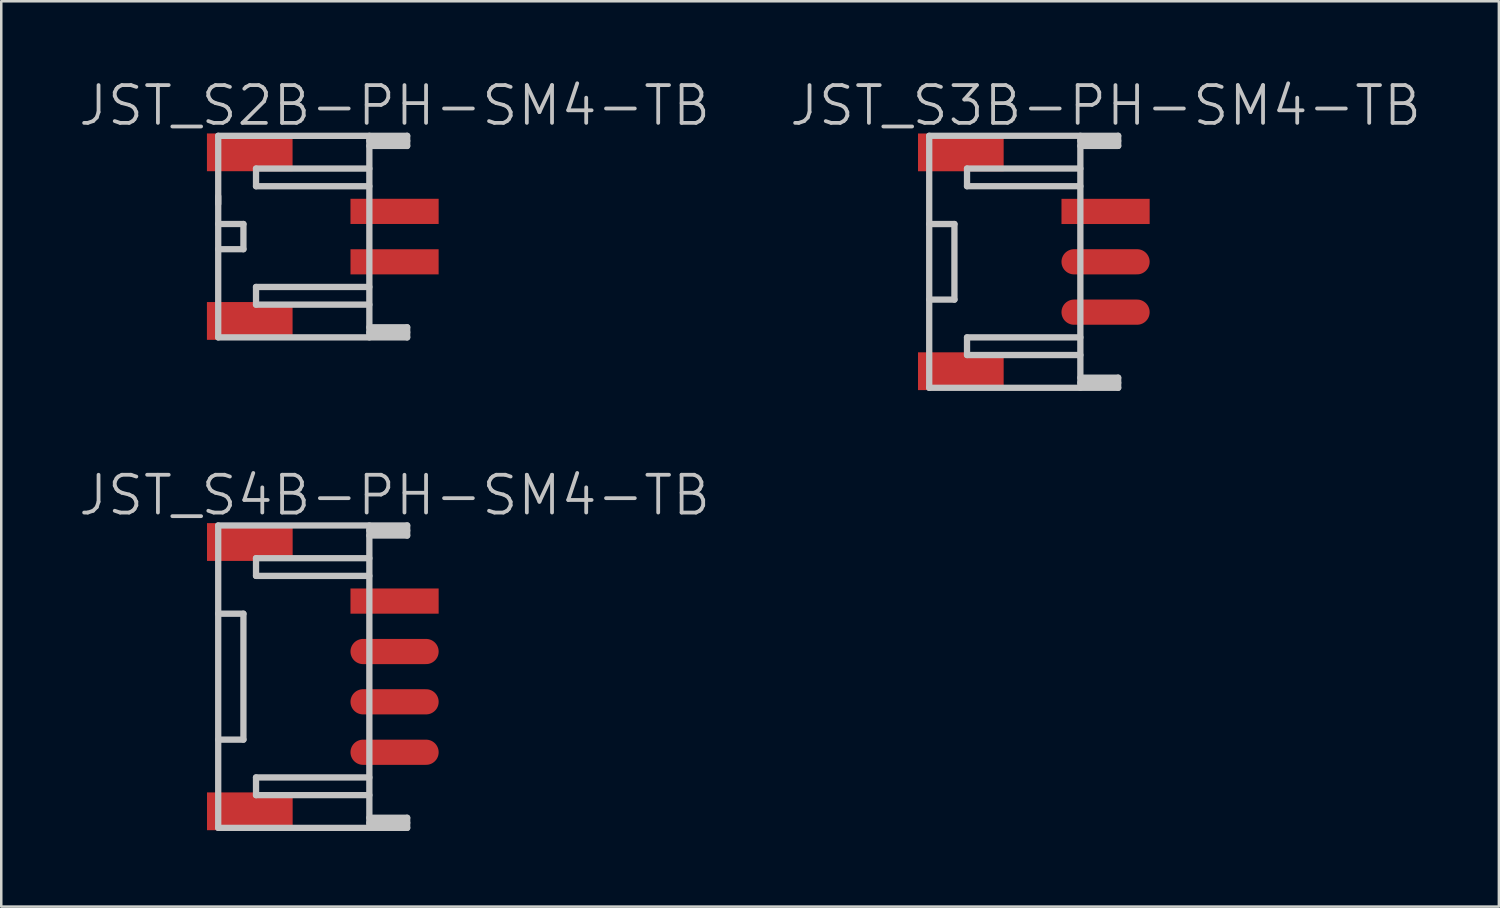
<source format=kicad_pcb>
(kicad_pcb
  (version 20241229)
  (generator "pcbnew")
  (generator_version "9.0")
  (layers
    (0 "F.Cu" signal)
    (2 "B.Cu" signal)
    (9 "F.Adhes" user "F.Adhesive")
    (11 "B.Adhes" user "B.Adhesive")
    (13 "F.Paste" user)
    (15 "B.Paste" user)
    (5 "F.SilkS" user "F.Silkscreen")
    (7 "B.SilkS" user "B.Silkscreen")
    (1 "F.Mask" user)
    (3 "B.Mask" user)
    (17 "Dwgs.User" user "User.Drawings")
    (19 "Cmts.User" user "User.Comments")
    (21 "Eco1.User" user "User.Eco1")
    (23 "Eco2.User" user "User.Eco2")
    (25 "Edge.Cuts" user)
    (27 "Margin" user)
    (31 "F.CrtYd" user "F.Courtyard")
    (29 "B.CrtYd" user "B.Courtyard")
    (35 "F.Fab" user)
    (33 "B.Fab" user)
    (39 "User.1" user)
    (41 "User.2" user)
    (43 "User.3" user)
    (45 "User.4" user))
  (footprint "JST_S2B-PH-SM4-TB"
    (layer "F.Cu")
    (at 12.611 6.341)
    (property "Reference" "JST_S2B-PH-SM4-TB" (at 0 -5.2 180) (layer "Dwgs.User") (effects (font (size 1.5 1.5) (thickness 0.15))))
    (attr smd)
    (fp_line (start -7 -4) (end -7 4) (stroke (width 0.25) (type solid)) (layer "Dwgs.User"))
    (fp_line (start -7 -4) (end 0.5 -4) (stroke (width 0.25) (type solid)) (layer "Dwgs.User"))
    (fp_line (start -7 -1.3) (end -7 -1.6) (stroke (width 0.25) (type solid)) (layer "Dwgs.User"))
    (fp_line (start -7 -0.5) (end -5.999 -0.5) (stroke (width 0.25) (type solid)) (layer "Dwgs.User"))
    (fp_line (start -5.999 -0.5) (end -5.999 0.5) (stroke (width 0.25) (type solid)) (layer "Dwgs.User"))
    (fp_line (start -5.999 0.5) (end -7 0.5) (stroke (width 0.25) (type solid)) (layer "Dwgs.User"))
    (fp_line (start -5.499 -2.7) (end -1.001 -2.7) (stroke (width 0.25) (type solid)) (layer "Dwgs.User"))
    (fp_line (start -5.499 -1.999) (end -5.499 -2.7) (stroke (width 0.25) (type solid)) (layer "Dwgs.User"))
    (fp_line (start -5.499 1.999) (end -5.499 2.7) (stroke (width 0.25) (type solid)) (layer "Dwgs.User"))
    (fp_line (start -5.499 2.7) (end -1.001 2.7) (stroke (width 0.25) (type solid)) (layer "Dwgs.User"))
    (fp_line (start -1.001 -3.599) (end 0.5 -3.599) (stroke (width 0.25) (type solid)) (layer "Dwgs.User"))
    (fp_line (start -1.001 -1.999) (end -5.499 -1.999) (stroke (width 0.25) (type solid)) (layer "Dwgs.User"))
    (fp_line (start -1.001 1.999) (end -5.499 1.999) (stroke (width 0.25) (type solid)) (layer "Dwgs.User"))
    (fp_line (start -1.001 3.8) (end 0.5 3.8) (stroke (width 0.25) (type solid)) (layer "Dwgs.User"))
    (fp_line (start -1.001 4) (end -1.001 -4) (stroke (width 0.25) (type solid)) (layer "Dwgs.User"))
    (fp_line (start 0.5 -3.8) (end -1.001 -3.8) (stroke (width 0.25) (type solid)) (layer "Dwgs.User"))
    (fp_line (start 0.5 -3.599) (end 0.5 -4) (stroke (width 0.25) (type solid)) (layer "Dwgs.User"))
    (fp_line (start 0.5 3.599) (end -1.001 3.599) (stroke (width 0.25) (type solid)) (layer "Dwgs.User"))
    (fp_line (start 0.5 4) (end -7 4) (stroke (width 0.25) (type solid)) (layer "Dwgs.User"))
    (fp_line (start 0.5 4) (end 0.5 3.599) (stroke (width 0.25) (type solid)) (layer "Dwgs.User"))
    (pad "" smd rect (at -5.748 -3.345 270) (size 1.499 3.399) (layers "F.Cu" "F.Mask" "F.Paste"))
    (pad "" smd rect (at -5.748 3.348 270) (size 1.5 3.4) (layers "F.Cu" "F.Mask" "F.Paste"))
    (pad "1" smd rect (at 0 -1.001 270) (size 1 3.5) (layers "F.Cu" "F.Mask" "F.Paste"))
    (pad "2" smd rect (at 0 1.001 270) (size 0.998 3.498) (layers "F.Cu" "F.Mask" "F.Paste")))
  (footprint "JST_S3B-PH-SM4-TB"
    (layer "F.Cu")
    (at 40.832 7.341)
    (property "Reference" "JST_S3B-PH-SM4-TB" (at 0 -6.2 180) (layer "Dwgs.User") (effects (font (size 1.5 1.5) (thickness 0.15))))
    (attr smd)
    (fp_line (start -7 -5.001) (end -7 5.001) (stroke (width 0.25) (type solid)) (layer "Dwgs.User"))
    (fp_line (start -7 -5.001) (end 0.5 -5.001) (stroke (width 0.25) (type solid)) (layer "Dwgs.User"))
    (fp_line (start -7 -1.499) (end -5.999 -1.499) (stroke (width 0.25) (type solid)) (layer "Dwgs.User"))
    (fp_line (start -5.999 1.501) (end -6.998 1.501) (stroke (width 0.25) (type solid)) (layer "Dwgs.User"))
    (fp_line (start -5.999 1.501) (end -5.999 -1.501) (stroke (width 0.25) (type solid)) (layer "Dwgs.User"))
    (fp_line (start -5.499 -3.701) (end -1.001 -3.701) (stroke (width 0.25) (type solid)) (layer "Dwgs.User"))
    (fp_line (start -5.499 -3) (end -5.499 -3.701) (stroke (width 0.25) (type solid)) (layer "Dwgs.User"))
    (fp_line (start -5.499 3) (end -5.499 3.701) (stroke (width 0.25) (type solid)) (layer "Dwgs.User"))
    (fp_line (start -5.499 3.701) (end -1.001 3.701) (stroke (width 0.25) (type solid)) (layer "Dwgs.User"))
    (fp_line (start -1.001 -5.001) (end -1.001 5.001) (stroke (width 0.25) (type solid)) (layer "Dwgs.User"))
    (fp_line (start -1.001 -4.6) (end 0.5 -4.6) (stroke (width 0.25) (type solid)) (layer "Dwgs.User"))
    (fp_line (start -1.001 -3) (end -5.499 -3) (stroke (width 0.25) (type solid)) (layer "Dwgs.User"))
    (fp_line (start -1.001 3) (end -5.499 3) (stroke (width 0.25) (type solid)) (layer "Dwgs.User"))
    (fp_line (start -1.001 4.801) (end 0.5 4.801) (stroke (width 0.25) (type solid)) (layer "Dwgs.User"))
    (fp_line (start 0.5 -4.801) (end -1.001 -4.801) (stroke (width 0.25) (type solid)) (layer "Dwgs.User"))
    (fp_line (start 0.5 -4.6) (end 0.5 -5.001) (stroke (width 0.25) (type solid)) (layer "Dwgs.User"))
    (fp_line (start 0.5 4.6) (end -1.001 4.6) (stroke (width 0.25) (type solid)) (layer "Dwgs.User"))
    (fp_line (start 0.5 5.001) (end -7 5.001) (stroke (width 0.25) (type solid)) (layer "Dwgs.User"))
    (fp_line (start 0.5 5.001) (end 0.5 4.6) (stroke (width 0.25) (type solid)) (layer "Dwgs.User"))
    (pad "" smd rect (at -5.745 -4.343 270) (size 1.5 3.4) (layers "F.Cu" "F.Mask" "F.Paste"))
    (pad "" smd rect (at -5.745 4.343 270) (size 1.5 3.4) (layers "F.Cu" "F.Mask" "F.Paste"))
    (pad "1" smd rect (at 0 -1.999 270) (size 1 3.5) (layers "F.Cu" "F.Mask" "F.Paste"))
    (pad "2" smd oval (at 0 0 270) (size 1 3.5) (layers "F.Cu" "F.Mask" "F.Paste"))
    (pad "3" smd oval (at 0 1.999 270) (size 1 3.5) (layers "F.Cu" "F.Mask" "F.Paste")))
  (footprint "JST_S4B-PH-SM4-TB"
    (layer "F.Cu")
    (at 12.611 23.808)
    (property "Reference" "JST_S4B-PH-SM4-TB" (at 0 -7.2 180) (layer "Dwgs.User") (effects (font (size 1.5 1.5) (thickness 0.15))))
    (attr smd)
    (fp_line (start -7 -6.002) (end 0.5 -6.002) (stroke (width 0.25) (type solid)) (layer "Dwgs.User"))
    (fp_line (start -7 -2.499) (end -5.999 -2.499) (stroke (width 0.25) (type solid)) (layer "Dwgs.User"))
    (fp_line (start -7 5.999) (end -7 -5.999) (stroke (width 0.25) (type solid)) (layer "Dwgs.User"))
    (fp_line (start -5.999 2.499) (end -6.998 2.499) (stroke (width 0.25) (type solid)) (layer "Dwgs.User"))
    (fp_line (start -5.999 2.499) (end -5.999 -2.499) (stroke (width 0.25) (type solid)) (layer "Dwgs.User"))
    (fp_line (start -5.499 -4.702) (end -1.001 -4.702) (stroke (width 0.25) (type solid)) (layer "Dwgs.User"))
    (fp_line (start -5.499 -4) (end -5.499 -4.702) (stroke (width 0.25) (type solid)) (layer "Dwgs.User"))
    (fp_line (start -5.499 4) (end -5.499 4.702) (stroke (width 0.25) (type solid)) (layer "Dwgs.User"))
    (fp_line (start -5.499 4.702) (end -1.001 4.702) (stroke (width 0.25) (type solid)) (layer "Dwgs.User"))
    (fp_line (start -1.001 -5.999) (end -1.001 5.999) (stroke (width 0.25) (type solid)) (layer "Dwgs.User"))
    (fp_line (start -1.001 -5.601) (end 0.5 -5.601) (stroke (width 0.25) (type solid)) (layer "Dwgs.User"))
    (fp_line (start -1.001 -4) (end -5.499 -4) (stroke (width 0.25) (type solid)) (layer "Dwgs.User"))
    (fp_line (start -1.001 4) (end -5.499 4) (stroke (width 0.25) (type solid)) (layer "Dwgs.User"))
    (fp_line (start -1.001 5.801) (end 0.5 5.801) (stroke (width 0.25) (type solid)) (layer "Dwgs.User"))
    (fp_line (start 0.5 -5.801) (end -1.001 -5.801) (stroke (width 0.25) (type solid)) (layer "Dwgs.User"))
    (fp_line (start 0.5 -5.601) (end 0.5 -6.002) (stroke (width 0.25) (type solid)) (layer "Dwgs.User"))
    (fp_line (start 0.5 5.601) (end -1.001 5.601) (stroke (width 0.25) (type solid)) (layer "Dwgs.User"))
    (fp_line (start 0.5 6.002) (end -7 6.002) (stroke (width 0.25) (type solid)) (layer "Dwgs.User"))
    (fp_line (start 0.5 6.002) (end 0.5 5.601) (stroke (width 0.25) (type solid)) (layer "Dwgs.User"))
    (pad "" smd rect (at -5.745 -5.344 270) (size 1.5 3.4) (layers "F.Cu" "F.Mask" "F.Paste"))
    (pad "" smd rect (at -5.745 5.344 270) (size 1.5 3.4) (layers "F.Cu" "F.Mask" "F.Paste"))
    (pad "1" smd rect (at 0 -3 270) (size 1 3.5) (layers "F.Cu" "F.Mask" "F.Paste"))
    (pad "2" smd oval (at 0 -0.998 270) (size 1 3.5) (layers "F.Cu" "F.Mask" "F.Paste"))
    (pad "3" smd oval (at 0 0.998 270) (size 1 3.5) (layers "F.Cu" "F.Mask" "F.Paste"))
    (pad "4" smd oval (at 0 3 270) (size 1 3.5) (layers "F.Cu" "F.Mask" "F.Paste")))
  (gr_rect
    (start -3 -3)
    (end 56.443 32.935)
    (stroke (width 0.1) (type default))
    (fill no)
    (layer "Edge.Cuts")))
</source>
